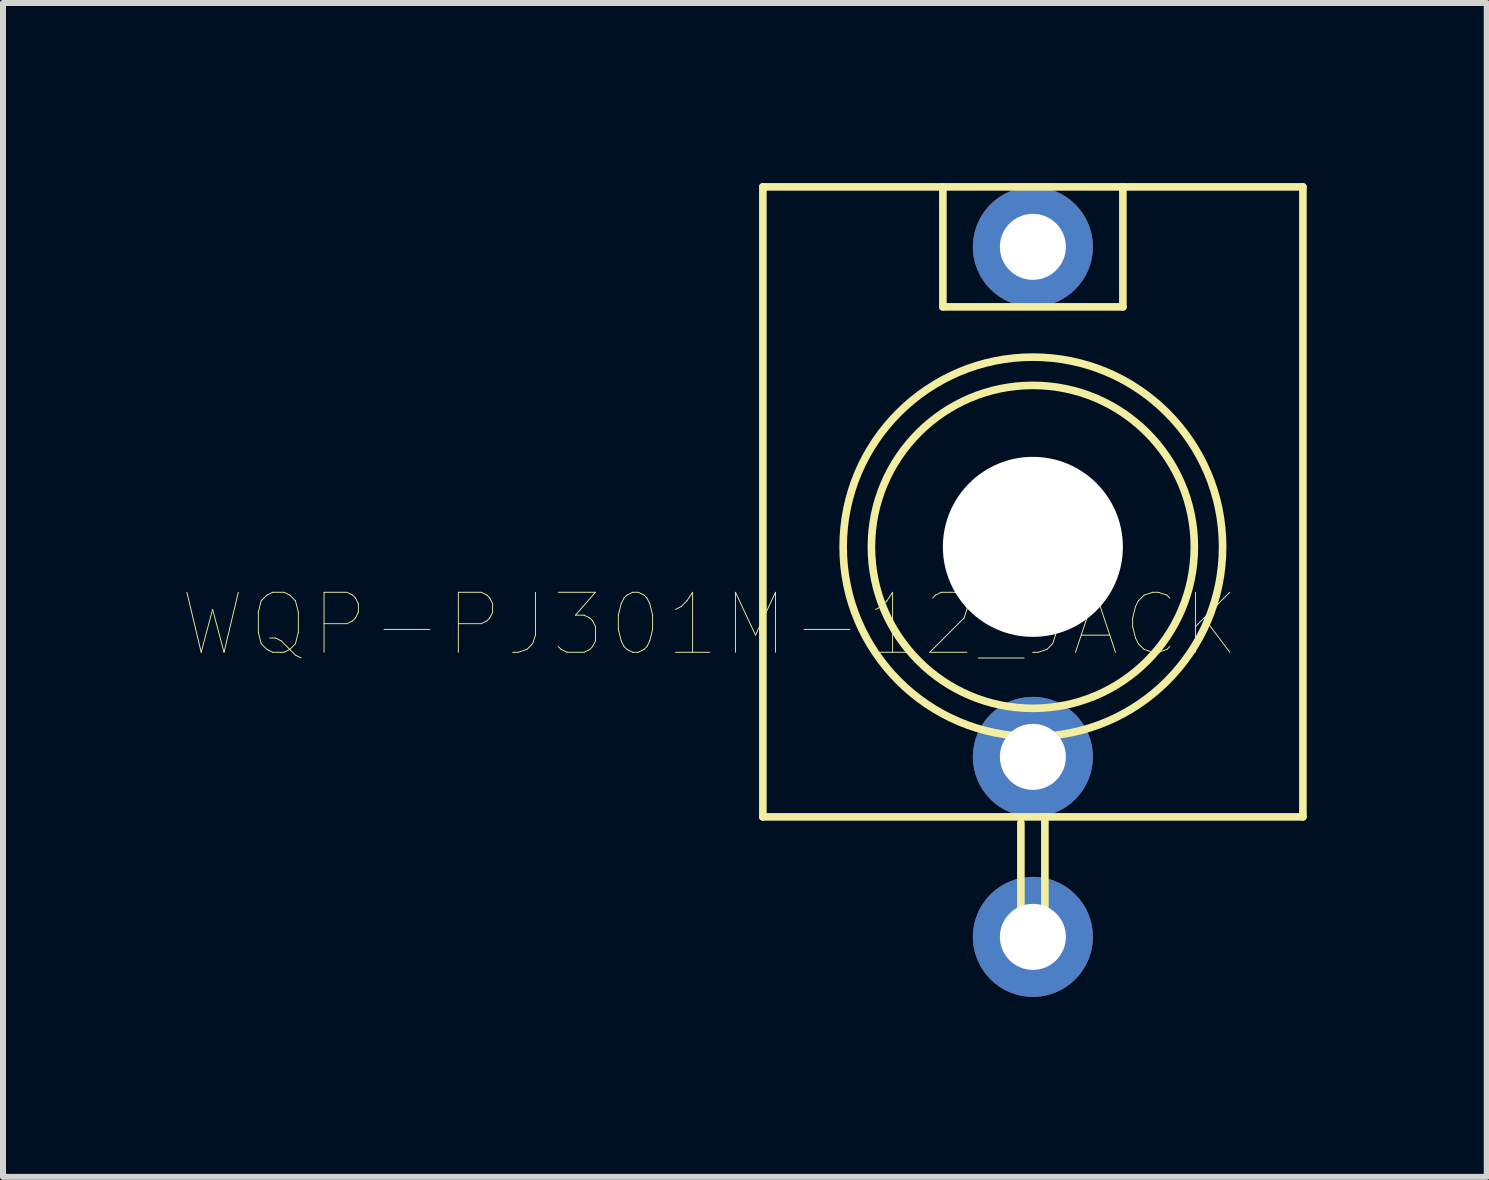
<source format=kicad_pcb>
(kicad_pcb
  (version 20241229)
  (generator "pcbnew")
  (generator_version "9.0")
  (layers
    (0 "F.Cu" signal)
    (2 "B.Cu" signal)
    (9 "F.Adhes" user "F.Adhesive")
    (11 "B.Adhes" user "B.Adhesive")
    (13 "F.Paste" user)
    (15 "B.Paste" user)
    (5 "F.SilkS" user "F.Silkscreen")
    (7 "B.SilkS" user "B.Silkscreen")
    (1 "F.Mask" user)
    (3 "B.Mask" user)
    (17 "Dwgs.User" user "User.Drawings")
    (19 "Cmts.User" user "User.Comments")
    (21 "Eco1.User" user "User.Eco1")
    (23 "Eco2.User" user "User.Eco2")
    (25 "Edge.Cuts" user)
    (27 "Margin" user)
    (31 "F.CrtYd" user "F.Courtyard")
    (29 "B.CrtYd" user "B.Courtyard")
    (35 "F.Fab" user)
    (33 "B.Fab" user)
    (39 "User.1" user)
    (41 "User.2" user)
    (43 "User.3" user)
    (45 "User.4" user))
  (footprint "WQP-PJ301M-12_JACK"
    (layer "F.Cu")
    (at 14.164 6.064)
    (property "Reference" "WQP-PJ301M-12_JACK" (at -5.385 1.295 0) (layer "F.SilkS") (effects (font (size 1 1) (thickness 0.015))))
    (attr through_hole)
    (fp_line (start -4.5 -6) (end -4.5 4.5) (stroke (width 0.127) (type solid)) (layer "F.SilkS"))
    (fp_line (start -4.5 -6) (end -1.5 -6) (stroke (width 0.127) (type solid)) (layer "F.SilkS"))
    (fp_line (start -4.5 4.5) (end 0.2 4.5) (stroke (width 0.127) (type solid)) (layer "F.SilkS"))
    (fp_line (start -1.5 -6) (end -1.5 -4) (stroke (width 0.127) (type solid)) (layer "F.SilkS"))
    (fp_line (start -1.5 -6) (end 1.5 -6) (stroke (width 0.127) (type solid)) (layer "F.SilkS"))
    (fp_line (start -1.5 -4) (end 1.5 -4) (stroke (width 0.127) (type solid)) (layer "F.SilkS"))
    (fp_line (start -0.2 4.6) (end -0.2 6.7) (stroke (width 0.127) (type solid)) (layer "F.SilkS"))
    (fp_line (start -0.2 6.7) (end 0.2 6.7) (stroke (width 0.127) (type solid)) (layer "F.SilkS"))
    (fp_line (start 0.2 4.5) (end 4.5 4.5) (stroke (width 0.127) (type solid)) (layer "F.SilkS"))
    (fp_line (start 0.2 6.7) (end 0.2 4.5) (stroke (width 0.127) (type solid)) (layer "F.SilkS"))
    (fp_line (start 1.5 -6) (end 4.5 -6) (stroke (width 0.127) (type solid)) (layer "F.SilkS"))
    (fp_line (start 1.5 -4) (end 1.5 -6) (stroke (width 0.127) (type solid)) (layer "F.SilkS"))
    (fp_line (start 4.5 4.5) (end 4.5 -6) (stroke (width 0.127) (type solid)) (layer "F.SilkS"))
    (fp_circle (center 0 0) (end 2.691 0) (stroke (width 0.127) (type solid)) (fill no) (layer "F.SilkS"))
    (fp_circle (center 0 0) (end 3.162 0) (stroke (width 0.127) (type solid)) (fill no) (layer "F.SilkS"))
    (pad "" np_thru_hole circle (at 0 0) (size 3 3) (drill 3) (layers "*.Cu" "*.Mask"))
    (pad "S" thru_hole circle (at 0 6.5) (size 2 2) (drill 1.1) (layers "*.Cu" "*.Mask"))
    (pad "T" thru_hole circle (at 0 -5) (size 2 2) (drill 1.1) (layers "*.Cu" "*.Mask"))
    (pad "TN" thru_hole circle (at 0 3.5) (size 2 2) (drill 1.1) (layers "*.Cu" "*.Mask")))
  (gr_rect
    (start -3 -3)
    (end 21.728 16.564)
    (stroke (width 0.1) (type default))
    (fill no)
    (layer "Edge.Cuts")))
</source>
